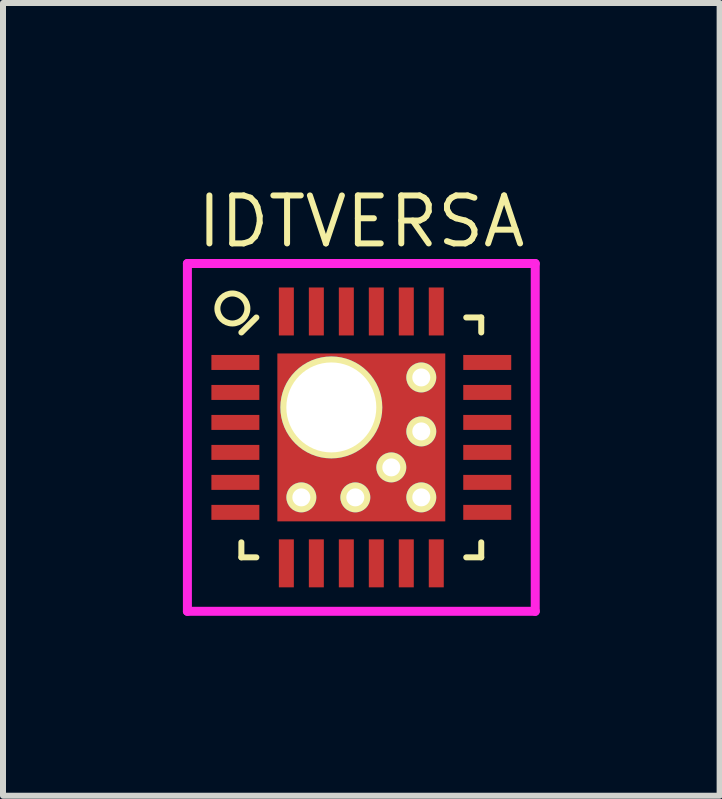
<source format=kicad_pcb>
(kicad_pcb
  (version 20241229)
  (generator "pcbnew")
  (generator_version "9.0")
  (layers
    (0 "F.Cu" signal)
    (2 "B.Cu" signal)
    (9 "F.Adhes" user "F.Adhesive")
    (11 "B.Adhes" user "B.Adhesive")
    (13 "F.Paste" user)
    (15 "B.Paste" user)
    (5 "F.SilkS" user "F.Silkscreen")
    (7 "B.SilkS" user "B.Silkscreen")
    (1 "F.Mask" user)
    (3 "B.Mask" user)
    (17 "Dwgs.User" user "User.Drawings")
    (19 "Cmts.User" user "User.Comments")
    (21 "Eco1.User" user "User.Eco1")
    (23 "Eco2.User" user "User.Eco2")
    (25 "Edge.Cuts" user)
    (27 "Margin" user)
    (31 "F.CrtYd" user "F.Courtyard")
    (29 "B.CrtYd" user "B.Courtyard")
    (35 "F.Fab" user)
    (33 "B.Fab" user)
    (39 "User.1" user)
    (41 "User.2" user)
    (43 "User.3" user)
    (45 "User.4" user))
  (footprint "IDTVERSA"
    (layer "F.Cu")
    (at 2.975 4.244)
    (property "Reference" "IDTVERSA" (at 0 -3.6 0) (layer "F.SilkS") (effects (font (size 0.8 0.8) (thickness 0.1))))
    (attr through_hole)
    (fp_line (start -2 -1.75) (end -1.75 -2) (stroke (width 0.1) (type solid)) (layer "F.SilkS"))
    (fp_line (start -2 2) (end -2 1.75) (stroke (width 0.1) (type solid)) (layer "F.SilkS"))
    (fp_line (start -1.75 2) (end -2 2) (stroke (width 0.1) (type solid)) (layer "F.SilkS"))
    (fp_line (start 1.75 -2) (end 2 -2) (stroke (width 0.1) (type solid)) (layer "F.SilkS"))
    (fp_line (start 1.75 2) (end 2 2) (stroke (width 0.1) (type solid)) (layer "F.SilkS"))
    (fp_line (start 2 -2) (end 2 -1.75) (stroke (width 0.1) (type solid)) (layer "F.SilkS"))
    (fp_line (start 2 2) (end 2 1.75) (stroke (width 0.1) (type solid)) (layer "F.SilkS"))
    (fp_circle (center -2.15 -2.15) (end -2.15 -1.9) (stroke (width 0.1) (type solid)) (fill no) (layer "F.SilkS"))
    (fp_line (start -2.9 -2.9) (end 2.9 -2.9) (stroke (width 0.15) (type solid)) (layer "F.CrtYd"))
    (fp_line (start -2.9 2.9) (end -2.9 -2.9) (stroke (width 0.15) (type solid)) (layer "F.CrtYd"))
    (fp_line (start 2.9 -2.9) (end 2.9 2.9) (stroke (width 0.15) (type solid)) (layer "F.CrtYd"))
    (fp_line (start 2.9 2.9) (end -2.9 2.9) (stroke (width 0.15) (type solid)) (layer "F.CrtYd"))
    (pad "1" smd rect (at -2.1 -1.25 90) (size 0.25 0.8) (layers "F.Cu" "F.Mask" "F.Paste"))
    (pad "2" smd rect (at -2.1 -0.75 90) (size 0.25 0.8) (layers "F.Cu" "F.Mask" "F.Paste"))
    (pad "3" smd rect (at -2.1 -0.25 90) (size 0.25 0.8) (layers "F.Cu" "F.Mask" "F.Paste"))
    (pad "4" smd rect (at -2.1 0.25 90) (size 0.25 0.8) (layers "F.Cu" "F.Mask" "F.Paste"))
    (pad "5" smd rect (at -2.1 0.75 90) (size 0.25 0.8) (layers "F.Cu" "F.Mask" "F.Paste"))
    (pad "6" smd rect (at -2.1 1.25 90) (size 0.25 0.8) (layers "F.Cu" "F.Mask" "F.Paste"))
    (pad "7" smd rect (at -1.25 2.1) (size 0.25 0.8) (layers "F.Cu" "F.Mask" "F.Paste"))
    (pad "8" smd rect (at -0.75 2.1) (size 0.25 0.8) (layers "F.Cu" "F.Mask" "F.Paste"))
    (pad "9" smd rect (at -0.25 2.1) (size 0.25 0.8) (layers "F.Cu" "F.Mask" "F.Paste"))
    (pad "10" smd rect (at 0.25 2.1) (size 0.25 0.8) (layers "F.Cu" "F.Mask" "F.Paste"))
    (pad "11" smd rect (at 0.75 2.1) (size 0.25 0.8) (layers "F.Cu" "F.Mask" "F.Paste"))
    (pad "12" smd rect (at 1.25 2.1) (size 0.25 0.8) (layers "F.Cu" "F.Mask" "F.Paste"))
    (pad "13" smd rect (at 2.1 1.25 90) (size 0.25 0.8) (layers "F.Cu" "F.Mask" "F.Paste"))
    (pad "14" smd rect (at 2.1 0.75 90) (size 0.25 0.8) (layers "F.Cu" "F.Mask" "F.Paste"))
    (pad "15" smd rect (at 2.1 0.25 90) (size 0.25 0.8) (layers "F.Cu" "F.Mask" "F.Paste"))
    (pad "16" smd rect (at 2.1 -0.25 90) (size 0.25 0.8) (layers "F.Cu" "F.Mask" "F.Paste"))
    (pad "17" smd rect (at 2.1 -0.75 90) (size 0.25 0.8) (layers "F.Cu" "F.Mask" "F.Paste"))
    (pad "18" smd rect (at 2.1 -1.25 90) (size 0.25 0.8) (layers "F.Cu" "F.Mask" "F.Paste"))
    (pad "19" smd rect (at 1.25 -2.1) (size 0.25 0.8) (layers "F.Cu" "F.Mask" "F.Paste"))
    (pad "20" smd rect (at 0.75 -2.1) (size 0.25 0.8) (layers "F.Cu" "F.Mask" "F.Paste"))
    (pad "21" smd rect (at 0.25 -2.1) (size 0.25 0.8) (layers "F.Cu" "F.Mask" "F.Paste"))
    (pad "22" smd rect (at -0.25 -2.1) (size 0.25 0.8) (layers "F.Cu" "F.Mask" "F.Paste"))
    (pad "23" smd rect (at -0.75 -2.1) (size 0.25 0.8) (layers "F.Cu" "F.Mask" "F.Paste"))
    (pad "24" smd rect (at -1.25 -2.1) (size 0.25 0.8) (layers "F.Cu" "F.Mask" "F.Paste"))
    (pad "25" thru_hole circle (at -1 1) (size 0.5 0.5) (drill 0.3) (layers "*.Cu" "*.Mask" "F.SilkS"))
    (pad "25" smd rect (at -0.7 -0.7) (size 1 1) (layers "F.Cu" "F.Mask" "F.Paste"))
    (pad "25" smd rect (at -0.7 0.7) (size 1 1) (layers "F.Cu" "F.Mask" "F.Paste"))
    (pad "25" thru_hole circle (at -0.5 -0.5) (size 1.7 1.7) (drill 1.5) (layers "*.Cu" "*.Mask" "F.SilkS"))
    (pad "25" thru_hole circle (at -0.1 1) (size 0.5 0.5) (drill 0.3) (layers "*.Cu" "*.Mask" "F.SilkS"))
    (pad "25" smd rect (at 0 0) (size 2.8 2.8) (layers "F.Cu" "F.Mask"))
    (pad "25" thru_hole circle (at 0.5 0.5) (size 0.5 0.5) (drill 0.3) (layers "*.Cu" "*.Mask" "F.SilkS"))
    (pad "25" smd rect (at 0.7 -0.7) (size 1 1) (layers "F.Cu" "F.Mask" "F.Paste"))
    (pad "25" smd rect (at 0.7 0.7) (size 1 1) (layers "F.Cu" "F.Mask" "F.Paste"))
    (pad "25" thru_hole circle (at 1 -1) (size 0.5 0.5) (drill 0.3) (layers "*.Cu" "*.Mask" "F.SilkS"))
    (pad "25" thru_hole circle (at 1 -0.1) (size 0.5 0.5) (drill 0.3) (layers "*.Cu" "*.Mask" "F.SilkS"))
    (pad "25" thru_hole circle (at 1 1) (size 0.5 0.5) (drill 0.3) (layers "*.Cu" "*.Mask" "F.SilkS")))
  (gr_rect
    (start -3 -3)
    (end 8.95 10.219)
    (stroke (width 0.1) (type default))
    (fill no)
    (layer "Edge.Cuts")))
</source>
